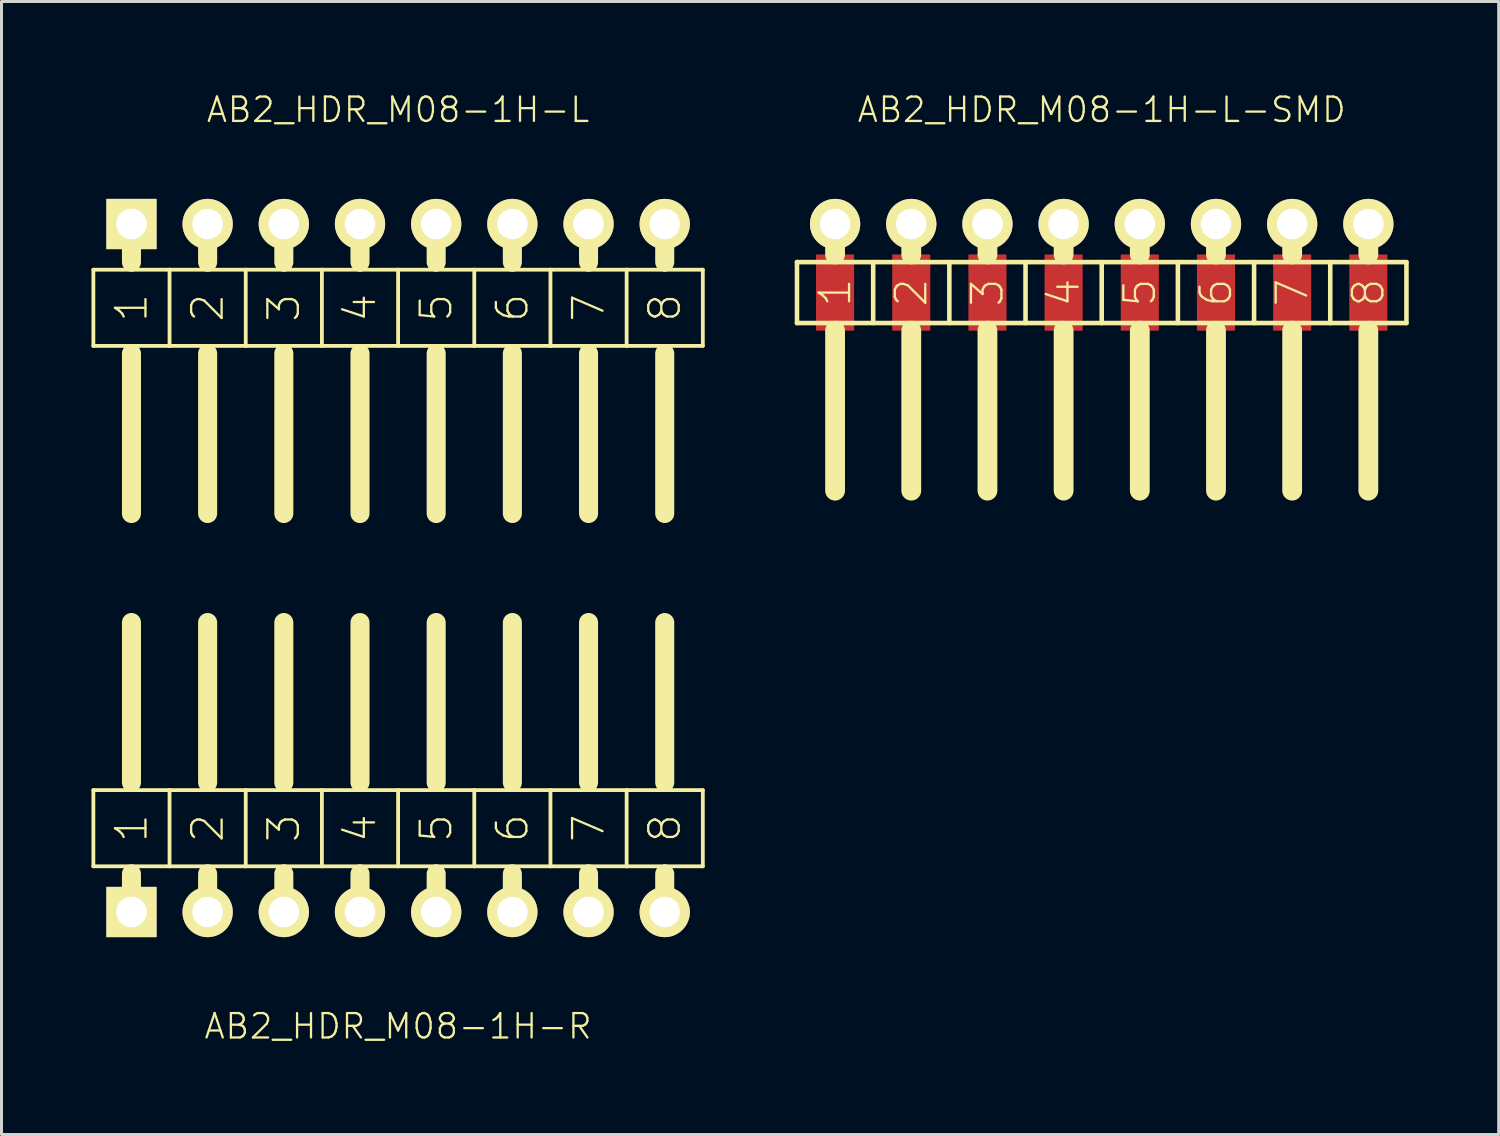
<source format=kicad_pcb>
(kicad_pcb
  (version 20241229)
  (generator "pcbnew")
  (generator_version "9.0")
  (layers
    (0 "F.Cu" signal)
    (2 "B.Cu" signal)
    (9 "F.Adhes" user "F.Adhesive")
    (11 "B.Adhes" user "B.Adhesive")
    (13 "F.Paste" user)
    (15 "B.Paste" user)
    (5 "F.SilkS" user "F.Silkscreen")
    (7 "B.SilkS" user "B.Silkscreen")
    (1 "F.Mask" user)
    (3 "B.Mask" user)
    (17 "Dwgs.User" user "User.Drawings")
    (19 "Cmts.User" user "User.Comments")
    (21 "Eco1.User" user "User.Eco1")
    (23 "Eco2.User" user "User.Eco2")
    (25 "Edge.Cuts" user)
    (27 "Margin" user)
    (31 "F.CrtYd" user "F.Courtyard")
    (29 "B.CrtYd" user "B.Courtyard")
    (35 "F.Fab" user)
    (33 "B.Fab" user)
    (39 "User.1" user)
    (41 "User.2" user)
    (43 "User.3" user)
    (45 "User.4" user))
  (footprint "AB2_HDR_M08-1H-L"
    (layer "F.Cu")
    (at 10.223 4.419)
    (property "Reference" "AB2_HDR_M08-1H-L" (at 0 -3.81 0) (layer "F.SilkS") (effects (font (size 0.813 0.813) (thickness 0.076))))
    (attr through_hole)
    (fp_line (start -10.16 1.524) (end -10.16 4.064) (stroke (width 0.127) (type solid)) (layer "F.SilkS"))
    (fp_line (start -10.16 4.064) (end -8.89 4.064) (stroke (width 0.127) (type solid)) (layer "F.SilkS"))
    (fp_line (start -8.89 0) (end -8.89 1.27) (stroke (width 0.635) (type solid)) (layer "F.SilkS"))
    (fp_line (start -8.89 1.524) (end -10.16 1.524) (stroke (width 0.127) (type solid)) (layer "F.SilkS"))
    (fp_line (start -8.89 4.064) (end -7.62 4.064) (stroke (width 0.127) (type solid)) (layer "F.SilkS"))
    (fp_line (start -8.89 4.318) (end -8.89 9.652) (stroke (width 0.635) (type solid)) (layer "F.SilkS"))
    (fp_line (start -7.62 1.524) (end -8.89 1.524) (stroke (width 0.127) (type solid)) (layer "F.SilkS"))
    (fp_line (start -7.62 4.064) (end -7.62 1.524) (stroke (width 0.127) (type solid)) (layer "F.SilkS"))
    (fp_line (start -7.62 4.064) (end -6.35 4.064) (stroke (width 0.127) (type solid)) (layer "F.SilkS"))
    (fp_line (start -6.35 0) (end -6.35 1.27) (stroke (width 0.635) (type solid)) (layer "F.SilkS"))
    (fp_line (start -6.35 1.524) (end -7.62 1.524) (stroke (width 0.127) (type solid)) (layer "F.SilkS"))
    (fp_line (start -6.35 4.064) (end -5.08 4.064) (stroke (width 0.127) (type solid)) (layer "F.SilkS"))
    (fp_line (start -6.35 4.318) (end -6.35 9.652) (stroke (width 0.635) (type solid)) (layer "F.SilkS"))
    (fp_line (start -5.08 1.524) (end -6.35 1.524) (stroke (width 0.127) (type solid)) (layer "F.SilkS"))
    (fp_line (start -5.08 4.064) (end -5.08 1.524) (stroke (width 0.127) (type solid)) (layer "F.SilkS"))
    (fp_line (start -5.08 4.064) (end -3.81 4.064) (stroke (width 0.127) (type solid)) (layer "F.SilkS"))
    (fp_line (start -3.81 0) (end -3.81 1.27) (stroke (width 0.635) (type solid)) (layer "F.SilkS"))
    (fp_line (start -3.81 1.524) (end -5.08 1.524) (stroke (width 0.127) (type solid)) (layer "F.SilkS"))
    (fp_line (start -3.81 4.064) (end -2.54 4.064) (stroke (width 0.127) (type solid)) (layer "F.SilkS"))
    (fp_line (start -3.81 4.318) (end -3.81 9.652) (stroke (width 0.635) (type solid)) (layer "F.SilkS"))
    (fp_line (start -2.54 1.524) (end -3.81 1.524) (stroke (width 0.127) (type solid)) (layer "F.SilkS"))
    (fp_line (start -2.54 4.064) (end -2.54 1.524) (stroke (width 0.127) (type solid)) (layer "F.SilkS"))
    (fp_line (start -2.54 4.064) (end -1.27 4.064) (stroke (width 0.127) (type solid)) (layer "F.SilkS"))
    (fp_line (start -1.27 0) (end -1.27 1.27) (stroke (width 0.635) (type solid)) (layer "F.SilkS"))
    (fp_line (start -1.27 1.524) (end -2.54 1.524) (stroke (width 0.127) (type solid)) (layer "F.SilkS"))
    (fp_line (start -1.27 4.064) (end 0 4.064) (stroke (width 0.127) (type solid)) (layer "F.SilkS"))
    (fp_line (start -1.27 4.318) (end -1.27 9.652) (stroke (width 0.635) (type solid)) (layer "F.SilkS"))
    (fp_line (start 0 1.524) (end -1.27 1.524) (stroke (width 0.127) (type solid)) (layer "F.SilkS"))
    (fp_line (start 0 4.064) (end 0 1.524) (stroke (width 0.127) (type solid)) (layer "F.SilkS"))
    (fp_line (start 0 4.064) (end 1.27 4.064) (stroke (width 0.127) (type solid)) (layer "F.SilkS"))
    (fp_line (start 1.27 0) (end 1.27 1.27) (stroke (width 0.635) (type solid)) (layer "F.SilkS"))
    (fp_line (start 1.27 1.524) (end 0 1.524) (stroke (width 0.127) (type solid)) (layer "F.SilkS"))
    (fp_line (start 1.27 4.064) (end 2.54 4.064) (stroke (width 0.127) (type solid)) (layer "F.SilkS"))
    (fp_line (start 1.27 4.318) (end 1.27 9.652) (stroke (width 0.635) (type solid)) (layer "F.SilkS"))
    (fp_line (start 2.54 1.524) (end 1.27 1.524) (stroke (width 0.127) (type solid)) (layer "F.SilkS"))
    (fp_line (start 2.54 4.064) (end 2.54 1.524) (stroke (width 0.127) (type solid)) (layer "F.SilkS"))
    (fp_line (start 2.54 4.064) (end 3.81 4.064) (stroke (width 0.127) (type solid)) (layer "F.SilkS"))
    (fp_line (start 3.81 0) (end 3.81 1.27) (stroke (width 0.635) (type solid)) (layer "F.SilkS"))
    (fp_line (start 3.81 1.524) (end 2.54 1.524) (stroke (width 0.127) (type solid)) (layer "F.SilkS"))
    (fp_line (start 3.81 4.064) (end 5.08 4.064) (stroke (width 0.127) (type solid)) (layer "F.SilkS"))
    (fp_line (start 3.81 4.318) (end 3.81 9.652) (stroke (width 0.635) (type solid)) (layer "F.SilkS"))
    (fp_line (start 5.08 1.524) (end 3.81 1.524) (stroke (width 0.127) (type solid)) (layer "F.SilkS"))
    (fp_line (start 5.08 4.064) (end 5.08 1.524) (stroke (width 0.127) (type solid)) (layer "F.SilkS"))
    (fp_line (start 5.08 4.064) (end 6.35 4.064) (stroke (width 0.127) (type solid)) (layer "F.SilkS"))
    (fp_line (start 6.35 0) (end 6.35 1.27) (stroke (width 0.635) (type solid)) (layer "F.SilkS"))
    (fp_line (start 6.35 1.524) (end 5.08 1.524) (stroke (width 0.127) (type solid)) (layer "F.SilkS"))
    (fp_line (start 6.35 4.064) (end 7.62 4.064) (stroke (width 0.127) (type solid)) (layer "F.SilkS"))
    (fp_line (start 6.35 4.318) (end 6.35 9.652) (stroke (width 0.635) (type solid)) (layer "F.SilkS"))
    (fp_line (start 7.62 1.524) (end 6.35 1.524) (stroke (width 0.127) (type solid)) (layer "F.SilkS"))
    (fp_line (start 7.62 4.064) (end 7.62 1.524) (stroke (width 0.127) (type solid)) (layer "F.SilkS"))
    (fp_line (start 7.62 4.064) (end 8.89 4.064) (stroke (width 0.127) (type solid)) (layer "F.SilkS"))
    (fp_line (start 8.89 0) (end 8.89 1.27) (stroke (width 0.635) (type solid)) (layer "F.SilkS"))
    (fp_line (start 8.89 1.524) (end 7.62 1.524) (stroke (width 0.127) (type solid)) (layer "F.SilkS"))
    (fp_line (start 8.89 4.064) (end 10.16 4.064) (stroke (width 0.127) (type solid)) (layer "F.SilkS"))
    (fp_line (start 8.89 4.318) (end 8.89 9.652) (stroke (width 0.635) (type solid)) (layer "F.SilkS"))
    (fp_line (start 10.16 1.524) (end 8.89 1.524) (stroke (width 0.127) (type solid)) (layer "F.SilkS"))
    (fp_line (start 10.16 4.064) (end 10.16 1.524) (stroke (width 0.127) (type solid)) (layer "F.SilkS"))
    (fp_text user "4" (at -1.27 2.794 90) (layer "F.SilkS") (effects (font (size 1.016 1.016) (thickness 0.076))))
    (fp_text user "8" (at 8.89 2.794 90) (layer "F.SilkS") (effects (font (size 1.016 1.016) (thickness 0.076))))
    (fp_text user "3" (at -3.81 2.794 90) (layer "F.SilkS") (effects (font (size 1.016 1.016) (thickness 0.076))))
    (fp_text user "2" (at -6.35 2.794 90) (layer "F.SilkS") (effects (font (size 1.016 1.016) (thickness 0.076))))
    (fp_text user "6" (at 3.81 2.794 90) (layer "F.SilkS") (effects (font (size 1.016 1.016) (thickness 0.076))))
    (fp_text user "1" (at -8.89 2.794 90) (layer "F.SilkS") (effects (font (size 1.016 1.016) (thickness 0.076))))
    (fp_text user "5" (at 1.27 2.794 90) (layer "F.SilkS") (effects (font (size 1.016 1.016) (thickness 0.076))))
    (fp_text user "7" (at 6.35 2.794 90) (layer "F.SilkS") (effects (font (size 1.016 1.016) (thickness 0.076))))
    (pad "1" thru_hole rect (at -8.89 0) (size 1.676 1.676) (drill 1.016) (layers "*.Cu" "*.Mask" "F.SilkS"))
    (pad "2" thru_hole circle (at -6.35 0) (size 1.676 1.676) (drill 1.016) (layers "*.Cu" "*.Mask" "F.SilkS"))
    (pad "3" thru_hole circle (at -3.81 0) (size 1.676 1.676) (drill 1.016) (layers "*.Cu" "*.Mask" "F.SilkS"))
    (pad "4" thru_hole circle (at -1.27 0) (size 1.676 1.676) (drill 1.016) (layers "*.Cu" "*.Mask" "F.SilkS"))
    (pad "5" thru_hole circle (at 1.27 0) (size 1.676 1.676) (drill 1.016) (layers "*.Cu" "*.Mask" "F.SilkS"))
    (pad "6" thru_hole circle (at 3.81 0) (size 1.676 1.676) (drill 1.016) (layers "*.Cu" "*.Mask" "F.SilkS"))
    (pad "7" thru_hole circle (at 6.35 0) (size 1.676 1.676) (drill 1.016) (layers "*.Cu" "*.Mask" "F.SilkS"))
    (pad "8" thru_hole circle (at 8.89 0) (size 1.676 1.676) (drill 1.016) (layers "*.Cu" "*.Mask" "F.SilkS")))
  (footprint "AB2_HDR_M08-1H-R"
    (layer "F.Cu")
    (at 10.223 27.358)
    (property "Reference" "AB2_HDR_M08-1H-R" (at 0 3.81 0) (layer "F.SilkS") (effects (font (size 0.813 0.813) (thickness 0.076))))
    (attr through_hole)
    (fp_line (start -10.16 -4.064) (end -10.16 -1.524) (stroke (width 0.127) (type solid)) (layer "F.SilkS"))
    (fp_line (start -10.16 -1.524) (end -8.89 -1.524) (stroke (width 0.127) (type solid)) (layer "F.SilkS"))
    (fp_line (start -8.89 -4.318) (end -8.89 -9.652) (stroke (width 0.635) (type solid)) (layer "F.SilkS"))
    (fp_line (start -8.89 -1.524) (end -7.62 -1.524) (stroke (width 0.127) (type solid)) (layer "F.SilkS"))
    (fp_line (start -8.89 -1.27) (end -8.89 0) (stroke (width 0.635) (type solid)) (layer "F.SilkS"))
    (fp_line (start -7.62 -4.064) (end -10.16 -4.064) (stroke (width 0.127) (type solid)) (layer "F.SilkS"))
    (fp_line (start -7.62 -1.524) (end -7.62 -4.064) (stroke (width 0.127) (type solid)) (layer "F.SilkS"))
    (fp_line (start -7.62 -1.524) (end -6.35 -1.524) (stroke (width 0.127) (type solid)) (layer "F.SilkS"))
    (fp_line (start -6.35 -4.318) (end -6.35 -9.652) (stroke (width 0.635) (type solid)) (layer "F.SilkS"))
    (fp_line (start -6.35 -1.524) (end -5.08 -1.524) (stroke (width 0.127) (type solid)) (layer "F.SilkS"))
    (fp_line (start -6.35 -1.27) (end -6.35 0) (stroke (width 0.635) (type solid)) (layer "F.SilkS"))
    (fp_line (start -5.08 -4.064) (end -7.62 -4.064) (stroke (width 0.127) (type solid)) (layer "F.SilkS"))
    (fp_line (start -5.08 -1.524) (end -5.08 -4.064) (stroke (width 0.127) (type solid)) (layer "F.SilkS"))
    (fp_line (start -5.08 -1.524) (end -3.81 -1.524) (stroke (width 0.127) (type solid)) (layer "F.SilkS"))
    (fp_line (start -3.81 -4.318) (end -3.81 -9.652) (stroke (width 0.635) (type solid)) (layer "F.SilkS"))
    (fp_line (start -3.81 -1.524) (end -2.54 -1.524) (stroke (width 0.127) (type solid)) (layer "F.SilkS"))
    (fp_line (start -3.81 -1.27) (end -3.81 0) (stroke (width 0.635) (type solid)) (layer "F.SilkS"))
    (fp_line (start -2.54 -4.064) (end -5.08 -4.064) (stroke (width 0.127) (type solid)) (layer "F.SilkS"))
    (fp_line (start -2.54 -1.524) (end -2.54 -4.064) (stroke (width 0.127) (type solid)) (layer "F.SilkS"))
    (fp_line (start -2.54 -1.524) (end -1.27 -1.524) (stroke (width 0.127) (type solid)) (layer "F.SilkS"))
    (fp_line (start -1.27 -4.318) (end -1.27 -9.652) (stroke (width 0.635) (type solid)) (layer "F.SilkS"))
    (fp_line (start -1.27 -1.524) (end 0 -1.524) (stroke (width 0.127) (type solid)) (layer "F.SilkS"))
    (fp_line (start -1.27 -1.27) (end -1.27 0) (stroke (width 0.635) (type solid)) (layer "F.SilkS"))
    (fp_line (start 0 -4.064) (end -2.54 -4.064) (stroke (width 0.127) (type solid)) (layer "F.SilkS"))
    (fp_line (start 0 -1.524) (end 0 -4.064) (stroke (width 0.127) (type solid)) (layer "F.SilkS"))
    (fp_line (start 0 -1.524) (end 1.27 -1.524) (stroke (width 0.127) (type solid)) (layer "F.SilkS"))
    (fp_line (start 1.27 -4.318) (end 1.27 -9.652) (stroke (width 0.635) (type solid)) (layer "F.SilkS"))
    (fp_line (start 1.27 -1.524) (end 2.54 -1.524) (stroke (width 0.127) (type solid)) (layer "F.SilkS"))
    (fp_line (start 1.27 -1.27) (end 1.27 0) (stroke (width 0.635) (type solid)) (layer "F.SilkS"))
    (fp_line (start 2.54 -4.064) (end 0 -4.064) (stroke (width 0.127) (type solid)) (layer "F.SilkS"))
    (fp_line (start 2.54 -1.524) (end 2.54 -4.064) (stroke (width 0.127) (type solid)) (layer "F.SilkS"))
    (fp_line (start 2.54 -1.524) (end 3.81 -1.524) (stroke (width 0.127) (type solid)) (layer "F.SilkS"))
    (fp_line (start 3.81 -4.318) (end 3.81 -9.652) (stroke (width 0.635) (type solid)) (layer "F.SilkS"))
    (fp_line (start 3.81 -1.524) (end 5.08 -1.524) (stroke (width 0.127) (type solid)) (layer "F.SilkS"))
    (fp_line (start 3.81 -1.27) (end 3.81 0) (stroke (width 0.635) (type solid)) (layer "F.SilkS"))
    (fp_line (start 5.08 -4.064) (end 2.54 -4.064) (stroke (width 0.127) (type solid)) (layer "F.SilkS"))
    (fp_line (start 5.08 -1.524) (end 5.08 -4.064) (stroke (width 0.127) (type solid)) (layer "F.SilkS"))
    (fp_line (start 5.08 -1.524) (end 6.35 -1.524) (stroke (width 0.127) (type solid)) (layer "F.SilkS"))
    (fp_line (start 6.35 -4.318) (end 6.35 -9.652) (stroke (width 0.635) (type solid)) (layer "F.SilkS"))
    (fp_line (start 6.35 -1.524) (end 7.62 -1.524) (stroke (width 0.127) (type solid)) (layer "F.SilkS"))
    (fp_line (start 6.35 -1.27) (end 6.35 0) (stroke (width 0.635) (type solid)) (layer "F.SilkS"))
    (fp_line (start 7.62 -4.064) (end 5.08 -4.064) (stroke (width 0.127) (type solid)) (layer "F.SilkS"))
    (fp_line (start 7.62 -1.524) (end 7.62 -4.064) (stroke (width 0.127) (type solid)) (layer "F.SilkS"))
    (fp_line (start 7.62 -1.524) (end 8.89 -1.524) (stroke (width 0.127) (type solid)) (layer "F.SilkS"))
    (fp_line (start 8.89 -4.318) (end 8.89 -9.652) (stroke (width 0.635) (type solid)) (layer "F.SilkS"))
    (fp_line (start 8.89 -1.524) (end 10.16 -1.524) (stroke (width 0.127) (type solid)) (layer "F.SilkS"))
    (fp_line (start 8.89 -1.27) (end 8.89 0) (stroke (width 0.635) (type solid)) (layer "F.SilkS"))
    (fp_line (start 10.16 -4.064) (end 7.62 -4.064) (stroke (width 0.127) (type solid)) (layer "F.SilkS"))
    (fp_line (start 10.16 -1.524) (end 10.16 -4.064) (stroke (width 0.127) (type solid)) (layer "F.SilkS"))
    (fp_text user "4" (at -1.27 -2.794 90) (layer "F.SilkS") (effects (font (size 1.016 1.016) (thickness 0.076))))
    (fp_text user "8" (at 8.89 -2.794 90) (layer "F.SilkS") (effects (font (size 1.016 1.016) (thickness 0.076))))
    (fp_text user "1" (at -8.89 -2.794 270) (layer "F.SilkS") (effects (font (size 1.016 1.016) (thickness 0.076))))
    (fp_text user "5" (at 1.27 -2.794 90) (layer "F.SilkS") (effects (font (size 1.016 1.016) (thickness 0.076))))
    (fp_text user "3" (at -3.81 -2.794 90) (layer "F.SilkS") (effects (font (size 1.016 1.016) (thickness 0.076))))
    (fp_text user "6" (at 3.81 -2.794 90) (layer "F.SilkS") (effects (font (size 1.016 1.016) (thickness 0.076))))
    (fp_text user "2" (at -6.35 -2.794 90) (layer "F.SilkS") (effects (font (size 1.016 1.016) (thickness 0.076))))
    (fp_text user "7" (at 6.35 -2.794 90) (layer "F.SilkS") (effects (font (size 1.016 1.016) (thickness 0.076))))
    (pad "1" thru_hole rect (at -8.89 0) (size 1.676 1.676) (drill 1.016) (layers "*.Cu" "*.Mask" "F.SilkS"))
    (pad "2" thru_hole circle (at -6.35 0) (size 1.676 1.676) (drill 1.016) (layers "*.Cu" "*.Mask" "F.SilkS"))
    (pad "3" thru_hole circle (at -3.81 0) (size 1.676 1.676) (drill 1.016) (layers "*.Cu" "*.Mask" "F.SilkS"))
    (pad "4" thru_hole circle (at -1.27 0) (size 1.676 1.676) (drill 1.016) (layers "*.Cu" "*.Mask" "F.SilkS"))
    (pad "5" thru_hole circle (at 1.27 0) (size 1.676 1.676) (drill 1.016) (layers "*.Cu" "*.Mask" "F.SilkS"))
    (pad "6" thru_hole circle (at 3.81 0) (size 1.676 1.676) (drill 1.016) (layers "*.Cu" "*.Mask" "F.SilkS"))
    (pad "7" thru_hole circle (at 6.35 0) (size 1.676 1.676) (drill 1.016) (layers "*.Cu" "*.Mask" "F.SilkS"))
    (pad "8" thru_hole circle (at 8.89 0) (size 1.676 1.676) (drill 1.016) (layers "*.Cu" "*.Mask" "F.SilkS")))
  (footprint "AB2_HDR_M08-1H-L-SMD"
    (layer "F.Cu")
    (at 33.683 4.419)
    (property "Reference" "AB2_HDR_M08-1H-L-SMD" (at 0 -3.81 0) (layer "F.SilkS") (effects (font (size 0.813 0.813) (thickness 0.076))))
    (attr through_hole)
    (fp_line (start -10.16 1.27) (end 10.16 1.27) (stroke (width 0.152) (type solid)) (layer "F.SilkS"))
    (fp_line (start -10.16 3.302) (end -10.16 1.27) (stroke (width 0.152) (type solid)) (layer "F.SilkS"))
    (fp_line (start -10.16 3.302) (end 10.16 3.302) (stroke (width 0.152) (type solid)) (layer "F.SilkS"))
    (fp_line (start -8.89 0) (end -8.89 1.016) (stroke (width 0.66) (type solid)) (layer "F.SilkS"))
    (fp_line (start -8.89 3.556) (end -8.89 8.89) (stroke (width 0.66) (type solid)) (layer "F.SilkS"))
    (fp_line (start -7.62 1.27) (end -7.62 3.302) (stroke (width 0.152) (type solid)) (layer "F.SilkS"))
    (fp_line (start -6.35 0) (end -6.35 1.016) (stroke (width 0.66) (type solid)) (layer "F.SilkS"))
    (fp_line (start -6.35 3.556) (end -6.35 8.89) (stroke (width 0.66) (type solid)) (layer "F.SilkS"))
    (fp_line (start -5.08 1.27) (end -5.08 3.302) (stroke (width 0.152) (type solid)) (layer "F.SilkS"))
    (fp_line (start -3.81 0) (end -3.81 1.016) (stroke (width 0.66) (type solid)) (layer "F.SilkS"))
    (fp_line (start -3.81 3.556) (end -3.81 8.89) (stroke (width 0.66) (type solid)) (layer "F.SilkS"))
    (fp_line (start -2.54 1.27) (end -2.54 3.302) (stroke (width 0.152) (type solid)) (layer "F.SilkS"))
    (fp_line (start -1.27 0) (end -1.27 1.016) (stroke (width 0.66) (type solid)) (layer "F.SilkS"))
    (fp_line (start -1.27 3.556) (end -1.27 8.89) (stroke (width 0.66) (type solid)) (layer "F.SilkS"))
    (fp_line (start 0 1.27) (end 0 3.302) (stroke (width 0.152) (type solid)) (layer "F.SilkS"))
    (fp_line (start 1.27 0) (end 1.27 1.016) (stroke (width 0.66) (type solid)) (layer "F.SilkS"))
    (fp_line (start 1.27 3.556) (end 1.27 8.89) (stroke (width 0.66) (type solid)) (layer "F.SilkS"))
    (fp_line (start 2.54 1.27) (end 2.54 3.302) (stroke (width 0.152) (type solid)) (layer "F.SilkS"))
    (fp_line (start 3.81 0) (end 3.81 1.016) (stroke (width 0.66) (type solid)) (layer "F.SilkS"))
    (fp_line (start 3.81 3.556) (end 3.81 8.89) (stroke (width 0.66) (type solid)) (layer "F.SilkS"))
    (fp_line (start 5.08 1.27) (end 5.08 3.302) (stroke (width 0.152) (type solid)) (layer "F.SilkS"))
    (fp_line (start 6.35 0) (end 6.35 1.016) (stroke (width 0.66) (type solid)) (layer "F.SilkS"))
    (fp_line (start 6.35 3.556) (end 6.35 8.89) (stroke (width 0.66) (type solid)) (layer "F.SilkS"))
    (fp_line (start 7.62 1.27) (end 7.62 3.302) (stroke (width 0.152) (type solid)) (layer "F.SilkS"))
    (fp_line (start 8.89 0) (end 8.89 1.016) (stroke (width 0.66) (type solid)) (layer "F.SilkS"))
    (fp_line (start 8.89 3.556) (end 8.89 8.89) (stroke (width 0.66) (type solid)) (layer "F.SilkS"))
    (fp_line (start 10.16 1.27) (end 10.16 3.302) (stroke (width 0.152) (type solid)) (layer "F.SilkS"))
    (fp_text user "6" (at 3.81 2.286 90) (layer "F.SilkS") (effects (font (size 1.016 1.016) (thickness 0.076))))
    (fp_text user "8" (at 8.89 2.286 90) (layer "F.SilkS") (effects (font (size 1.016 1.016) (thickness 0.076))))
    (fp_text user "4" (at -1.27 2.286 90) (layer "F.SilkS") (effects (font (size 1.016 1.016) (thickness 0.076))))
    (fp_text user "5" (at 1.27 2.286 90) (layer "F.SilkS") (effects (font (size 1.016 1.016) (thickness 0.076))))
    (fp_text user "2" (at -6.35 2.286 90) (layer "F.SilkS") (effects (font (size 1.016 1.016) (thickness 0.076))))
    (fp_text user "1" (at -8.89 2.286 90) (layer "F.SilkS") (effects (font (size 1.016 1.016) (thickness 0.076))))
    (fp_text user "7" (at 6.35 2.286 90) (layer "F.SilkS") (effects (font (size 1.016 1.016) (thickness 0.076))))
    (fp_text user "3" (at -3.81 2.286 90) (layer "F.SilkS") (effects (font (size 1.016 1.016) (thickness 0.076))))
    (pad "1" thru_hole circle (at -8.89 0) (size 1.676 1.676) (drill 1.016) (layers "*.Cu" "*.Mask" "F.SilkS"))
    (pad "1" smd rect (at -8.89 2.286 180) (size 1.27 2.54) (layers "F.Cu" "F.Mask" "F.Paste"))
    (pad "2" thru_hole circle (at -6.35 0) (size 1.676 1.676) (drill 1.016) (layers "*.Cu" "*.Mask" "F.SilkS"))
    (pad "2" smd rect (at -6.35 2.286 180) (size 1.27 2.54) (layers "F.Cu" "F.Mask" "F.Paste"))
    (pad "3" thru_hole circle (at -3.81 0) (size 1.676 1.676) (drill 1.016) (layers "*.Cu" "*.Mask" "F.SilkS"))
    (pad "3" smd rect (at -3.81 2.286 180) (size 1.27 2.54) (layers "F.Cu" "F.Mask" "F.Paste"))
    (pad "4" thru_hole circle (at -1.27 0) (size 1.676 1.676) (drill 1.016) (layers "*.Cu" "*.Mask" "F.SilkS"))
    (pad "4" smd rect (at -1.27 2.286 180) (size 1.27 2.54) (layers "F.Cu" "F.Mask" "F.Paste"))
    (pad "5" thru_hole circle (at 1.27 0) (size 1.676 1.676) (drill 1.016) (layers "*.Cu" "*.Mask" "F.SilkS"))
    (pad "5" smd rect (at 1.27 2.286 180) (size 1.27 2.54) (layers "F.Cu" "F.Mask" "F.Paste"))
    (pad "6" thru_hole circle (at 3.81 0) (size 1.676 1.676) (drill 1.016) (layers "*.Cu" "*.Mask" "F.SilkS"))
    (pad "6" smd rect (at 3.81 2.286 180) (size 1.27 2.54) (layers "F.Cu" "F.Mask" "F.Paste"))
    (pad "7" thru_hole circle (at 6.35 0) (size 1.676 1.676) (drill 1.016) (layers "*.Cu" "*.Mask" "F.SilkS"))
    (pad "7" smd rect (at 6.35 2.286 180) (size 1.27 2.54) (layers "F.Cu" "F.Mask" "F.Paste"))
    (pad "8" thru_hole circle (at 8.89 0) (size 1.676 1.676) (drill 1.016) (layers "*.Cu" "*.Mask" "F.SilkS"))
    (pad "8" smd rect (at 8.89 2.286 180) (size 1.27 2.54) (layers "F.Cu" "F.Mask" "F.Paste")))
  (gr_rect
    (start -3 -3)
    (end 46.919 34.777)
    (stroke (width 0.1) (type default))
    (fill no)
    (layer "Edge.Cuts")))
</source>
